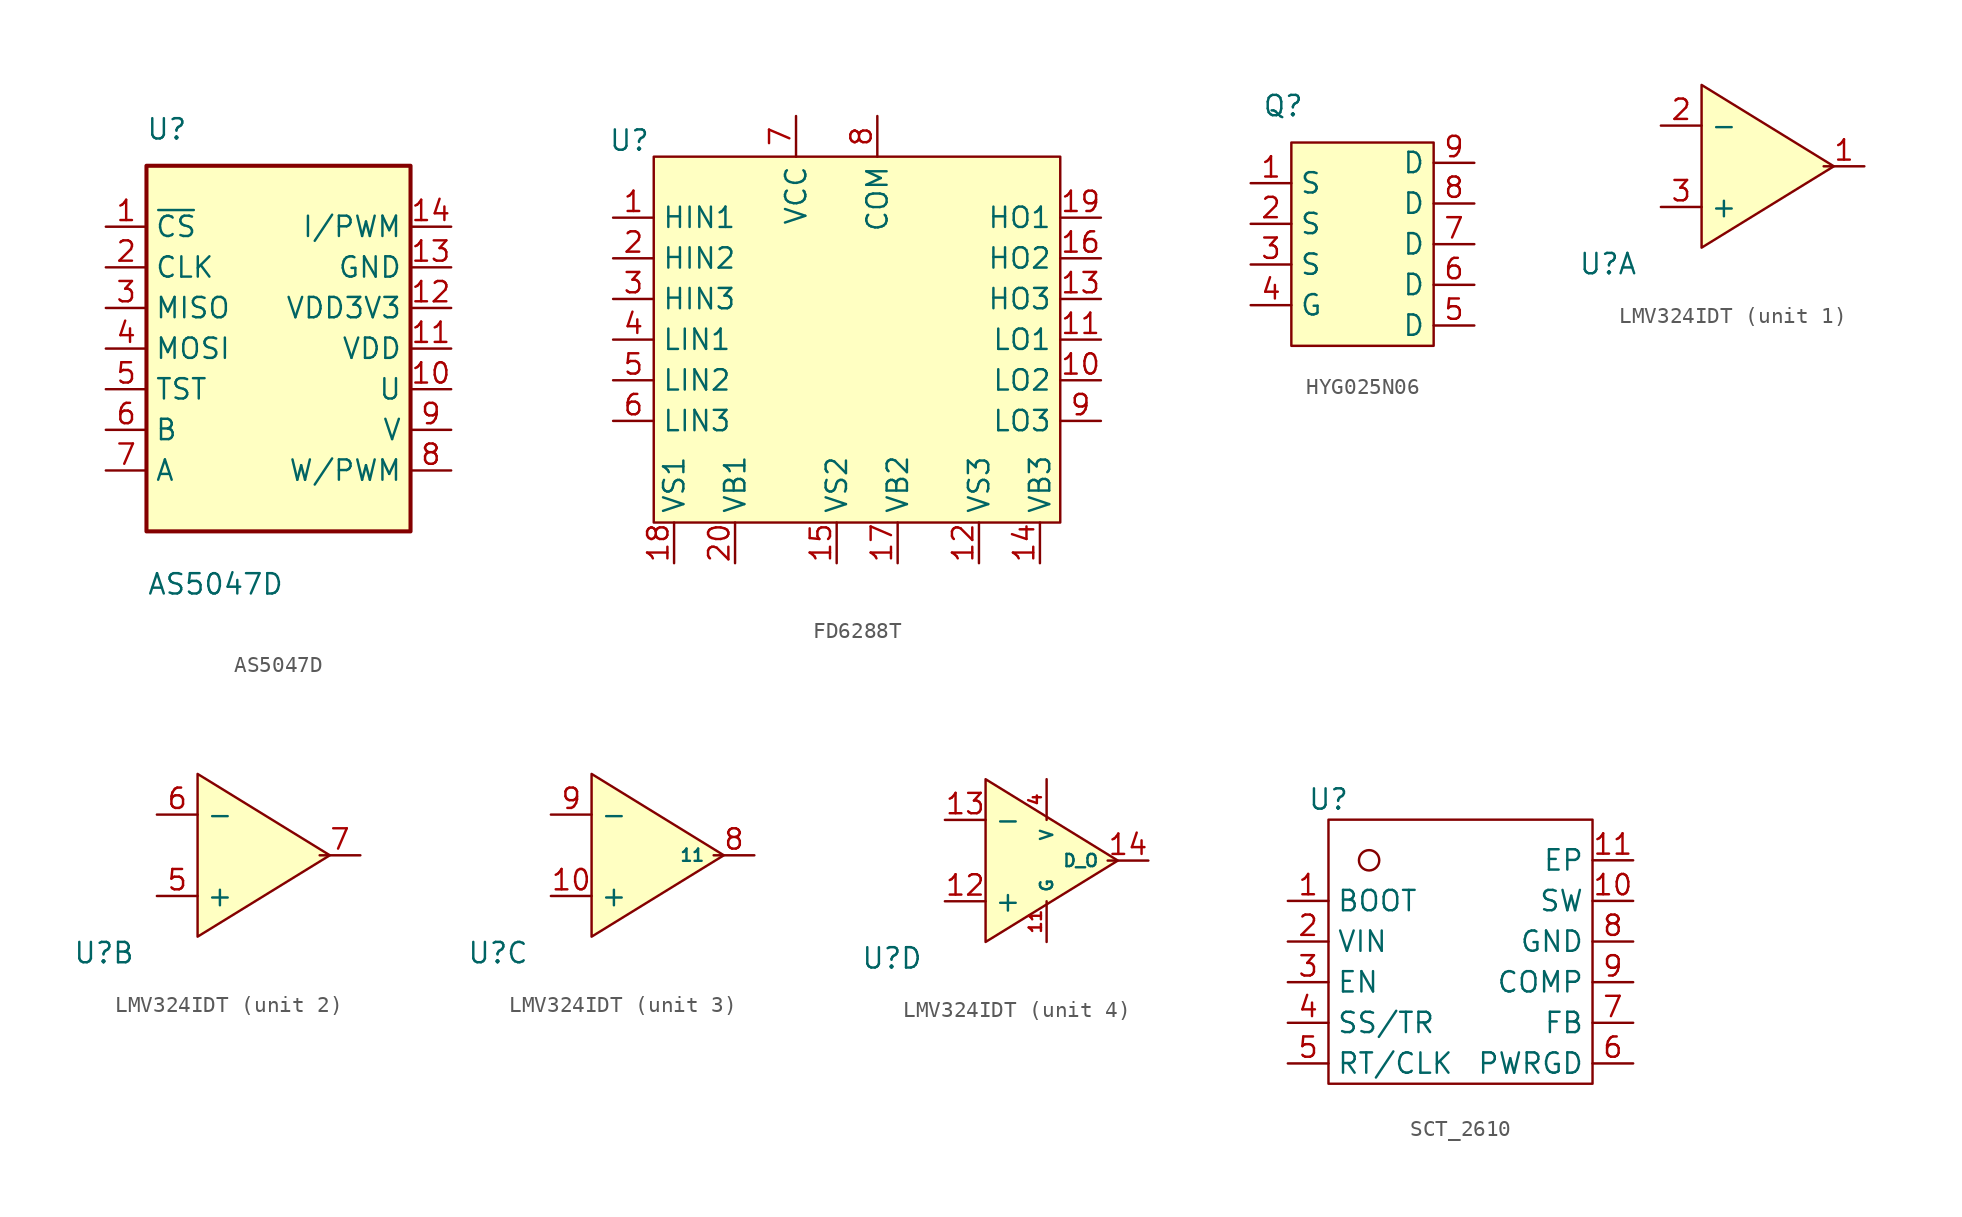
<source format=kicad_sym>
(kicad_symbol_lib
  (version 20241209)
  (generator "kicad_symbol_editor")
  (generator_version "9.0")
  (symbol "AS5047D"
    (property "Reference" "U"
      (at -8.89 13.716 0)
      (effects (font (size 1.27 1.27))))
    (property "Value" "AS5047D"
      (at -5.842 -14.732 0)
      (effects (font (size 1.27 1.27))))
    (symbol "AS5047D_1_1"
      (rectangle (start -10.16 11.43) (end 6.35 -11.43) (stroke (width 0.254) (type default)) (fill (type background)))
      (pin input line (at -12.7 7.62 0) (length 2.54) (name "~{CS}" (effects (font (size 1.27 1.27)))) (number "1" (effects (font (size 1.27 1.27)))))
      (pin input line (at -12.7 5.08 0) (length 2.54) (name "CLK" (effects (font (size 1.27 1.27)))) (number "2" (effects (font (size 1.27 1.27)))))
      (pin output line (at -12.7 2.54 0) (length 2.54) (name "MISO" (effects (font (size 1.27 1.27)))) (number "3" (effects (font (size 1.27 1.27)))))
      (pin input line (at -12.7 0 0) (length 2.54) (name "MOSI" (effects (font (size 1.27 1.27)))) (number "4" (effects (font (size 1.27 1.27)))))
      (pin input line (at -12.7 -2.54 0) (length 2.54) (name "TST" (effects (font (size 1.27 1.27)))) (number "5" (effects (font (size 1.27 1.27)))))
      (pin output line (at -12.7 -5.08 0) (length 2.54) (name "B" (effects (font (size 1.27 1.27)))) (number "6" (effects (font (size 1.27 1.27)))))
      (pin output line (at -12.7 -7.62 0) (length 2.54) (name "A" (effects (font (size 1.27 1.27)))) (number "7" (effects (font (size 1.27 1.27)))))
      (pin output line (at 8.89 7.62 180) (length 2.54) (name "I/PWM" (effects (font (size 1.27 1.27)))) (number "14" (effects (font (size 1.27 1.27)))))
      (pin power_in line (at 8.89 5.08 180) (length 2.54) (name "GND" (effects (font (size 1.27 1.27)))) (number "13" (effects (font (size 1.27 1.27)))))
      (pin power_in line (at 8.89 2.54 180) (length 2.54) (name "VDD3V3" (effects (font (size 1.27 1.27)))) (number "12" (effects (font (size 1.27 1.27)))))
      (pin power_in line (at 8.89 0 180) (length 2.54) (name "VDD" (effects (font (size 1.27 1.27)))) (number "11" (effects (font (size 1.27 1.27)))))
      (pin output line (at 8.89 -2.54 180) (length 2.54) (name "U" (effects (font (size 1.27 1.27)))) (number "10" (effects (font (size 1.27 1.27)))))
      (pin output line (at 8.89 -5.08 180) (length 2.54) (name "V" (effects (font (size 1.27 1.27)))) (number "9" (effects (font (size 1.27 1.27)))))
      (pin output line (at 8.89 -7.62 180) (length 2.54) (name "W/PWM" (effects (font (size 1.27 1.27)))) (number "8" (effects (font (size 1.27 1.27)))))))
  (symbol "FD6288T"
    (property "Reference" "U"
      (at -1.524 1.016 0)
      (effects (font (size 1.27 1.27))))
    (property "Value" ""
      (at 0 0 0)
      (effects (font (size 1.27 1.27))))
    (symbol "FD6288T_0_1"
      (rectangle (start 0 0) (end 25.4 -22.86) (stroke (width 0.152) (type default)) (fill (type background))))
    (symbol "FD6288T_1_1"
      (pin input line (at -2.54 -3.81 0) (length 2.54) (name "HIN1" (effects (font (size 1.27 1.27)))) (number "1" (effects (font (size 1.27 1.27)))))
      (pin input line (at -2.54 -6.35 0) (length 2.54) (name "HIN2" (effects (font (size 1.27 1.27)))) (number "2" (effects (font (size 1.27 1.27)))))
      (pin input line (at -2.54 -8.89 0) (length 2.54) (name "HIN3" (effects (font (size 1.27 1.27)))) (number "3" (effects (font (size 1.27 1.27)))))
      (pin input line (at -2.54 -11.43 0) (length 2.54) (name "LIN1" (effects (font (size 1.27 1.27)))) (number "4" (effects (font (size 1.27 1.27)))))
      (pin input line (at -2.54 -13.97 0) (length 2.54) (name "LIN2" (effects (font (size 1.27 1.27)))) (number "5" (effects (font (size 1.27 1.27)))))
      (pin input line (at -2.54 -16.51 0) (length 2.54) (name "LIN3" (effects (font (size 1.27 1.27)))) (number "6" (effects (font (size 1.27 1.27)))))
      (pin input line (at 1.27 -25.4 90) (length 2.54) (name "VS1" (effects (font (size 1.27 1.27)))) (number "18" (effects (font (size 1.27 1.27)))))
      (pin input line (at 5.08 -25.4 90) (length 2.54) (name "VB1" (effects (font (size 1.27 1.27)))) (number "20" (effects (font (size 1.27 1.27)))))
      (pin input line (at 8.89 2.54 270) (length 2.54) (name "VCC" (effects (font (size 1.27 1.27)))) (number "7" (effects (font (size 1.27 1.27)))))
      (pin input line (at 11.43 -25.4 90) (length 2.54) (name "VS2" (effects (font (size 1.27 1.27)))) (number "15" (effects (font (size 1.27 1.27)))))
      (pin input line (at 13.97 2.54 270) (length 2.54) (name "COM" (effects (font (size 1.27 1.27)))) (number "8" (effects (font (size 1.27 1.27)))))
      (pin input line (at 15.24 -25.4 90) (length 2.54) (name "VB2" (effects (font (size 1.27 1.27)))) (number "17" (effects (font (size 1.27 1.27)))))
      (pin input line (at 20.32 -25.4 90) (length 2.54) (name "VS3" (effects (font (size 1.27 1.27)))) (number "12" (effects (font (size 1.27 1.27)))))
      (pin input line (at 24.13 -25.4 90) (length 2.54) (name "VB3" (effects (font (size 1.27 1.27)))) (number "14" (effects (font (size 1.27 1.27)))))
      (pin input line (at 27.94 -3.81 180) (length 2.54) (name "HO1" (effects (font (size 1.27 1.27)))) (number "19" (effects (font (size 1.27 1.27)))))
      (pin input line (at 27.94 -6.35 180) (length 2.54) (name "HO2" (effects (font (size 1.27 1.27)))) (number "16" (effects (font (size 1.27 1.27)))))
      (pin input line (at 27.94 -8.89 180) (length 2.54) (name "HO3" (effects (font (size 1.27 1.27)))) (number "13" (effects (font (size 1.27 1.27)))))
      (pin input line (at 27.94 -11.43 180) (length 2.54) (name "LO1" (effects (font (size 1.27 1.27)))) (number "11" (effects (font (size 1.27 1.27)))))
      (pin input line (at 27.94 -13.97 180) (length 2.54) (name "LO2" (effects (font (size 1.27 1.27)))) (number "10" (effects (font (size 1.27 1.27)))))
      (pin input line (at 27.94 -16.51 180) (length 2.54) (name "LO3" (effects (font (size 1.27 1.27)))) (number "9" (effects (font (size 1.27 1.27)))))))
  (symbol "HYG025N06"
    (property "Reference" "Q"
      (at -0.508 2.286 0)
      (effects (font (size 1.27 1.27))))
    (property "Value" ""
      (at 0 -1.27 0)
      (effects (font (size 1.27 1.27))))
    (symbol "HYG025N06_1_1"
      (rectangle (start 0 0) (end 8.89 -12.7) (stroke (width 0) (type default)) (fill (type background)))
      (pin passive line (at -2.54 -2.54 0) (length 2.54) (name "S" (effects (font (size 1.27 1.27)))) (number "1" (effects (font (size 1.27 1.27)))))
      (pin passive line (at -2.54 -5.08 0) (length 2.54) (name "S" (effects (font (size 1.27 1.27)))) (number "2" (effects (font (size 1.27 1.27)))))
      (pin passive line (at -2.54 -7.62 0) (length 2.54) (name "S" (effects (font (size 1.27 1.27)))) (number "3" (effects (font (size 1.27 1.27)))))
      (pin passive line (at -2.54 -10.16 0) (length 2.54) (name "G" (effects (font (size 1.27 1.27)))) (number "4" (effects (font (size 1.27 1.27)))))
      (pin passive line (at 11.43 -1.27 180) (length 2.54) (name "D" (effects (font (size 1.27 1.27)))) (number "9" (effects (font (size 1.27 1.27)))))
      (pin passive line (at 11.43 -3.81 180) (length 2.54) (name "D" (effects (font (size 1.27 1.27)))) (number "8" (effects (font (size 1.27 1.27)))))
      (pin passive line (at 11.43 -6.35 180) (length 2.54) (name "D" (effects (font (size 1.27 1.27)))) (number "7" (effects (font (size 1.27 1.27)))))
      (pin passive line (at 11.43 -8.89 180) (length 2.54) (name "D" (effects (font (size 1.27 1.27)))) (number "6" (effects (font (size 1.27 1.27)))))
      (pin passive line (at 11.43 -11.43 180) (length 2.54) (name "D" (effects (font (size 1.27 1.27)))) (number "5" (effects (font (size 1.27 1.27)))))))
  (symbol "LMV324IDT"
    (property "Reference" "U"
      (at -5.842 -11.176 0)
      (effects (font (size 1.27 1.27))))
    (property "Value" ""
      (at 0 -10.16 0)
      (effects (font (size 1.27 1.27))))
    (symbol "LMV324IDT_0_1"
      (polyline (pts (xy 0 0) (xy 8.255 -5.08) (xy 0 -10.16) (xy 0 0)) (stroke (width 0.152) (type default)) (fill (type background))))
    (symbol "LMV324IDT_1_1"
      (pin input line (at -2.54 -2.54 0) (length 2.54) (name "-" (effects (font (size 1.27 1.27)))) (number "2" (effects (font (size 1.27 1.27)))))
      (pin input line (at -2.54 -7.62 0) (length 2.54) (name "+" (effects (font (size 1.27 1.27)))) (number "3" (effects (font (size 1.27 1.27)))))
      (pin output line (at 10.16 -5.08 180) (length 2.54) (name "" (effects (font (size 0.762 0.762)))) (number "1" (effects (font (size 1.27 1.27))))))
    (symbol "LMV324IDT_2_1"
      (pin input line (at -2.54 -2.54 0) (length 2.54) (name "-" (effects (font (size 1.27 1.27)))) (number "6" (effects (font (size 1.27 1.27)))))
      (pin input line (at -2.54 -7.62 0) (length 2.54) (name "+" (effects (font (size 1.27 1.27)))) (number "5" (effects (font (size 1.27 1.27)))))
      (pin output line (at 10.16 -5.08 180) (length 2.54) (name "" (effects (font (size 0.762 0.762)))) (number "7" (effects (font (size 1.27 1.27))))))
    (symbol "LMV324IDT_3_1"
      (pin input line (at -2.54 -2.54 0) (length 2.54) (name "-" (effects (font (size 1.27 1.27)))) (number "9" (effects (font (size 1.27 1.27)))))
      (pin input line (at -2.54 -7.62 0) (length 2.54) (name "+" (effects (font (size 1.27 1.27)))) (number "10" (effects (font (size 1.27 1.27)))))
      (pin output line (at 10.16 -5.08 180) (length 2.54) (name "11" (effects (font (size 0.762 0.762)))) (number "8" (effects (font (size 1.27 1.27))))))
    (symbol "LMV324IDT_4_1"
      (pin input line (at -2.54 -2.54 0) (length 2.54) (name "-" (effects (font (size 1.27 1.27)))) (number "13" (effects (font (size 1.27 1.27)))))
      (pin input line (at -2.54 -7.62 0) (length 2.54) (name "+" (effects (font (size 1.27 1.27)))) (number "12" (effects (font (size 1.27 1.27)))))
      (pin input line (at 3.81 0 270) (length 2.54) (name "V" (effects (font (size 0.762 0.762)))) (number "4" (effects (font (size 0.762 0.762)))))
      (pin input line (at 3.81 -10.16 90) (length 2.54) (name "G" (effects (font (size 0.762 0.762)))) (number "11" (effects (font (size 0.762 0.762)))))
      (pin output line (at 10.16 -5.08 180) (length 2.54) (name "D_O" (effects (font (size 0.762 0.762)))) (number "14" (effects (font (size 1.27 1.27)))))))
  (symbol "SCT_2610"
    (property "Reference" "U"
      (at 0 1.27 0)
      (effects (font (size 1.27 1.27))))
    (property "Value" ""
      (at 0 0 0)
      (effects (font (size 1.27 1.27))))
    (symbol "SCT_2610_0_1"
      (rectangle (start 0 0) (end 16.51 -16.51) (stroke (width 0) (type default)) (fill (type none)))
      (circle (center 2.54 -2.54) (radius 0.635) (stroke (width 0) (type default)) (fill (type color) (color 0 0 0 0))))
    (symbol "SCT_2610_1_1"
      (pin input line (at -2.54 -5.08 0) (length 2.54) (name "BOOT" (effects (font (size 1.27 1.27)))) (number "1" (effects (font (size 1.27 1.27)))))
      (pin input line (at -2.54 -7.62 0) (length 2.54) (name "VIN" (effects (font (size 1.27 1.27)))) (number "2" (effects (font (size 1.27 1.27)))))
      (pin input line (at -2.54 -10.16 0) (length 2.54) (name "EN" (effects (font (size 1.27 1.27)))) (number "3" (effects (font (size 1.27 1.27)))))
      (pin input line (at -2.54 -12.7 0) (length 2.54) (name "SS/TR" (effects (font (size 1.27 1.27)))) (number "4" (effects (font (size 1.27 1.27)))))
      (pin input line (at -2.54 -15.24 0) (length 2.54) (name "RT/CLK" (effects (font (size 1.27 1.27)))) (number "5" (effects (font (size 1.27 1.27)))))
      (pin input line (at 19.05 -2.54 180) (length 2.54) (name "EP" (effects (font (size 1.27 1.27)))) (number "11" (effects (font (size 1.27 1.27)))))
      (pin input line (at 19.05 -5.08 180) (length 2.54) (name "SW" (effects (font (size 1.27 1.27)))) (number "10" (effects (font (size 1.27 1.27)))))
      (pin input line (at 19.05 -7.62 180) (length 2.54) (name "GND" (effects (font (size 1.27 1.27)))) (number "8" (effects (font (size 1.27 1.27)))))
      (pin input line (at 19.05 -10.16 180) (length 2.54) (name "COMP" (effects (font (size 1.27 1.27)))) (number "9" (effects (font (size 1.27 1.27)))))
      (pin input line (at 19.05 -12.7 180) (length 2.54) (name "FB" (effects (font (size 1.27 1.27)))) (number "7" (effects (font (size 1.27 1.27)))))
      (pin input line (at 19.05 -15.24 180) (length 2.54) (name "PWRGD" (effects (font (size 1.27 1.27)))) (number "6" (effects (font (size 1.27 1.27))))))))
</source>
